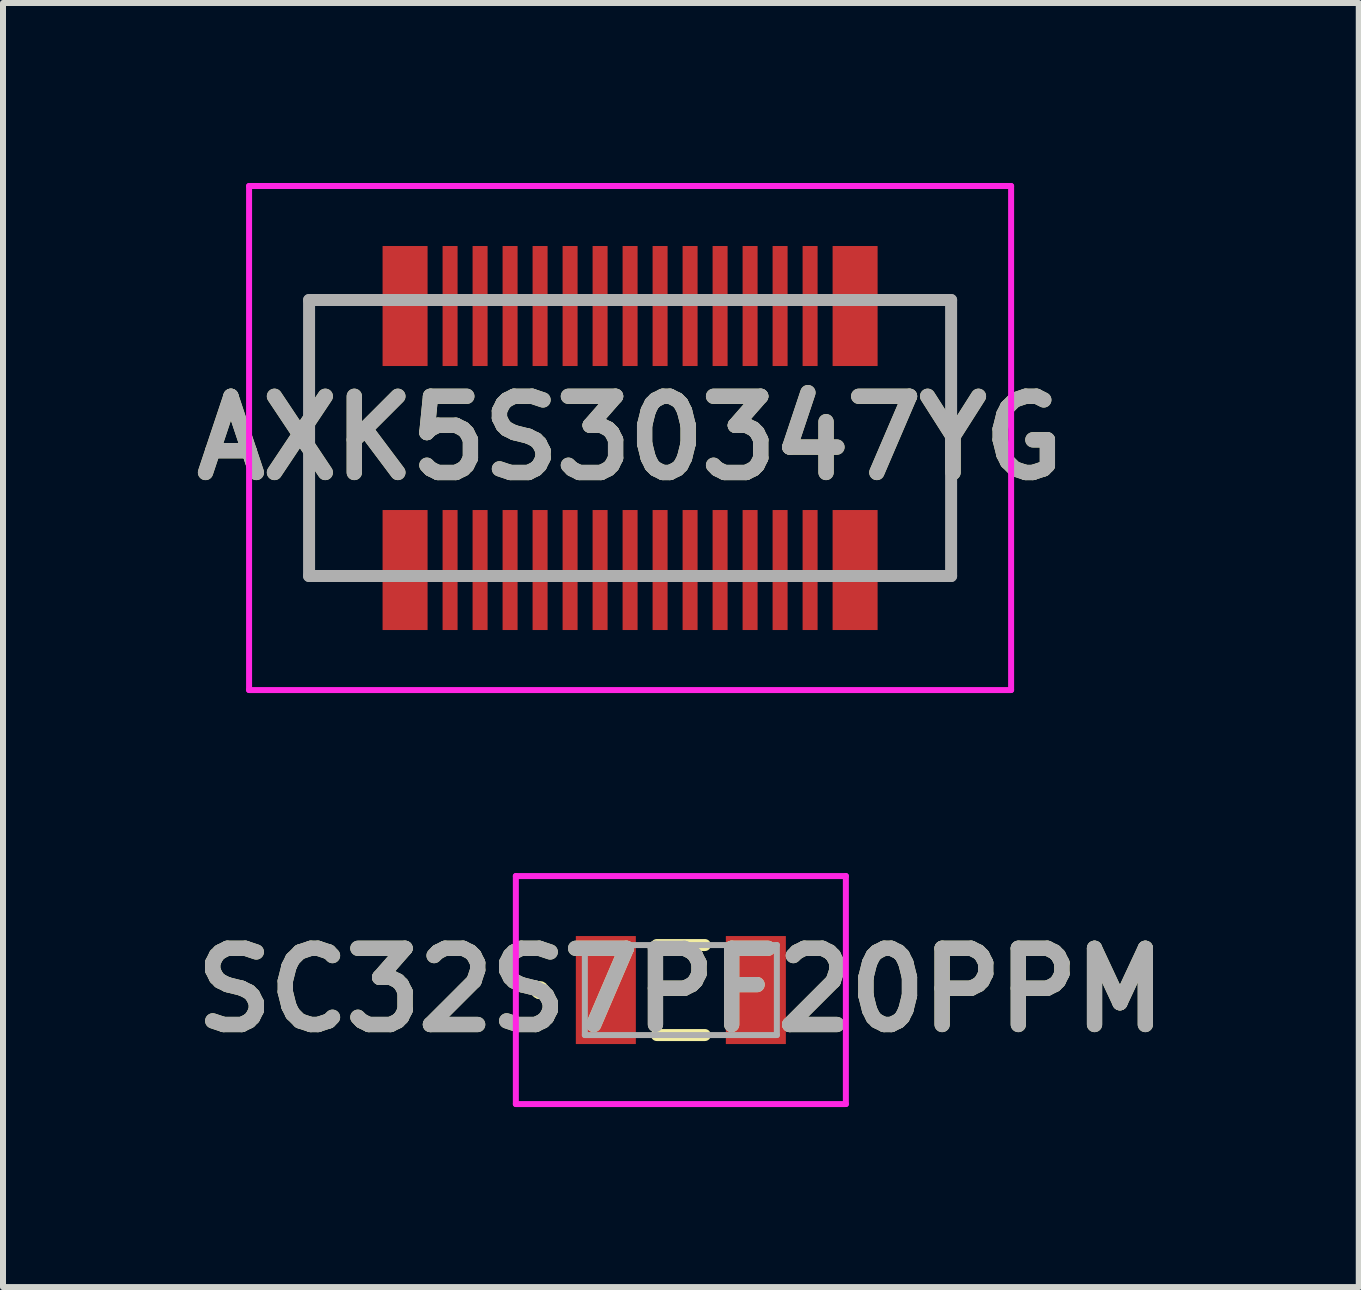
<source format=kicad_pcb>
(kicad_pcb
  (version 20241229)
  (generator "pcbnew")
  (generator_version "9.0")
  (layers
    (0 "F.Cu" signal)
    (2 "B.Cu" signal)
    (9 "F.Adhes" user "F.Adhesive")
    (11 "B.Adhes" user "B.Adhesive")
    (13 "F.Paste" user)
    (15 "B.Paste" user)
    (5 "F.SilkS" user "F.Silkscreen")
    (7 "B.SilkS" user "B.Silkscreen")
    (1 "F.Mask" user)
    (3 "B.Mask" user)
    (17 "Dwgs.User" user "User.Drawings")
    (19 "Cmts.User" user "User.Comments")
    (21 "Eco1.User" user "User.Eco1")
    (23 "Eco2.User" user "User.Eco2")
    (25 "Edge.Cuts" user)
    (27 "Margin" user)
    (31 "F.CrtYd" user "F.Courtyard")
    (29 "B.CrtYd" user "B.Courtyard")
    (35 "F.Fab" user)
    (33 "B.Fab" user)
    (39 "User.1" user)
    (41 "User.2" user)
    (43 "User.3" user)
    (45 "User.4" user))
  (footprint "AXK5S30347YG"
    (layer "F.Cu")
    (at 7.451 4.25)
    (property "Reference" "AXK5S30347YG" (at 0 0 0) (layer "F.SilkS") (effects (font (size 1.27 1.27) (thickness 0.254))))
    (attr smd)
    (fp_line (start -5.35 -2.3) (end -5.35 2.3) (stroke (width 0.1) (type solid)) (layer "F.SilkS"))
    (fp_line (start -5.35 2.3) (end -4.75 2.3) (stroke (width 0.1) (type solid)) (layer "F.SilkS"))
    (fp_line (start -4.75 -2.3) (end -5.35 -2.3) (stroke (width 0.1) (type solid)) (layer "F.SilkS"))
    (fp_line (start 4.75 -2.3) (end 5.35 -2.3) (stroke (width 0.1) (type solid)) (layer "F.SilkS"))
    (fp_line (start 5.35 -2.3) (end 5.35 2.3) (stroke (width 0.1) (type solid)) (layer "F.SilkS"))
    (fp_line (start 5.35 2.3) (end 4.75 2.3) (stroke (width 0.1) (type solid)) (layer "F.SilkS"))
    (fp_line (start -6.35 -4.2) (end 6.35 -4.2) (stroke (width 0.1) (type solid)) (layer "F.CrtYd"))
    (fp_line (start -6.35 4.2) (end -6.35 -4.2) (stroke (width 0.1) (type solid)) (layer "F.CrtYd"))
    (fp_line (start 6.35 -4.2) (end 6.35 4.2) (stroke (width 0.1) (type solid)) (layer "F.CrtYd"))
    (fp_line (start 6.35 4.2) (end -6.35 4.2) (stroke (width 0.1) (type solid)) (layer "F.CrtYd"))
    (fp_line (start -5.35 -2.3) (end -5.35 2.3) (stroke (width 0.2) (type solid)) (layer "F.Fab"))
    (fp_line (start -5.35 2.3) (end 5.35 2.3) (stroke (width 0.2) (type solid)) (layer "F.Fab"))
    (fp_line (start 5.35 -2.3) (end -5.35 -2.3) (stroke (width 0.2) (type solid)) (layer "F.Fab"))
    (fp_line (start 5.35 2.3) (end 5.35 -2.3) (stroke (width 0.2) (type solid)) (layer "F.Fab"))
    (fp_text user "${REFERENCE}" (at 0 0 0) (layer "F.Fab") (effects (font (size 1.27 1.27) (thickness 0.254))))
    (pad "1" smd rect (at -3.75 2.2) (size 0.75 2) (layers "F.Cu" "F.Mask" "F.Paste"))
    (pad "2" smd rect (at -3.75 -2.2) (size 0.75 2) (layers "F.Cu" "F.Mask" "F.Paste"))
    (pad "3" smd rect (at -3 2.2) (size 0.25 2) (layers "F.Cu" "F.Mask" "F.Paste"))
    (pad "4" smd rect (at -3 -2.2) (size 0.25 2) (layers "F.Cu" "F.Mask" "F.Paste"))
    (pad "5" smd rect (at -2.5 2.2) (size 0.25 2) (layers "F.Cu" "F.Mask" "F.Paste"))
    (pad "6" smd rect (at -2.5 -2.2) (size 0.25 2) (layers "F.Cu" "F.Mask" "F.Paste"))
    (pad "7" smd rect (at -2 2.2) (size 0.25 2) (layers "F.Cu" "F.Mask" "F.Paste"))
    (pad "8" smd rect (at -2 -2.2) (size 0.25 2) (layers "F.Cu" "F.Mask" "F.Paste"))
    (pad "9" smd rect (at -1.5 2.2) (size 0.25 2) (layers "F.Cu" "F.Mask" "F.Paste"))
    (pad "10" smd rect (at -1.5 -2.2) (size 0.25 2) (layers "F.Cu" "F.Mask" "F.Paste"))
    (pad "11" smd rect (at -1 2.2) (size 0.25 2) (layers "F.Cu" "F.Mask" "F.Paste"))
    (pad "12" smd rect (at -1 -2.2) (size 0.25 2) (layers "F.Cu" "F.Mask" "F.Paste"))
    (pad "13" smd rect (at -0.5 2.2) (size 0.25 2) (layers "F.Cu" "F.Mask" "F.Paste"))
    (pad "14" smd rect (at -0.5 -2.2) (size 0.25 2) (layers "F.Cu" "F.Mask" "F.Paste"))
    (pad "15" smd rect (at 0 2.2) (size 0.25 2) (layers "F.Cu" "F.Mask" "F.Paste"))
    (pad "16" smd rect (at 0 -2.2) (size 0.25 2) (layers "F.Cu" "F.Mask" "F.Paste"))
    (pad "17" smd rect (at 0.5 2.2) (size 0.25 2) (layers "F.Cu" "F.Mask" "F.Paste"))
    (pad "18" smd rect (at 0.5 -2.2) (size 0.25 2) (layers "F.Cu" "F.Mask" "F.Paste"))
    (pad "19" smd rect (at 1 2.2) (size 0.25 2) (layers "F.Cu" "F.Mask" "F.Paste"))
    (pad "20" smd rect (at 1 -2.2) (size 0.25 2) (layers "F.Cu" "F.Mask" "F.Paste"))
    (pad "21" smd rect (at 1.5 2.2) (size 0.25 2) (layers "F.Cu" "F.Mask" "F.Paste"))
    (pad "22" smd rect (at 1.5 -2.2) (size 0.25 2) (layers "F.Cu" "F.Mask" "F.Paste"))
    (pad "23" smd rect (at 2 2.2) (size 0.25 2) (layers "F.Cu" "F.Mask" "F.Paste"))
    (pad "24" smd rect (at 2 -2.2) (size 0.25 2) (layers "F.Cu" "F.Mask" "F.Paste"))
    (pad "25" smd rect (at 2.5 2.2) (size 0.25 2) (layers "F.Cu" "F.Mask" "F.Paste"))
    (pad "26" smd rect (at 2.5 -2.2) (size 0.25 2) (layers "F.Cu" "F.Mask" "F.Paste"))
    (pad "27" smd rect (at 3 2.2) (size 0.25 2) (layers "F.Cu" "F.Mask" "F.Paste"))
    (pad "28" smd rect (at 3 -2.2) (size 0.25 2) (layers "F.Cu" "F.Mask" "F.Paste"))
    (pad "29" smd rect (at 3.75 2.2) (size 0.75 2) (layers "F.Cu" "F.Mask" "F.Paste"))
    (pad "30" smd rect (at 3.75 -2.2) (size 0.75 2) (layers "F.Cu" "F.Mask" "F.Paste")))
  (footprint "SC32S7PF20PPM"
    (layer "F.Cu")
    (at 8.297 13.45)
    (property "Reference" "SC32S7PF20PPM" (at 0 0 0) (layer "F.SilkS") (effects (font (size 1.27 1.27) (thickness 0.254))))
    (attr smd)
    (fp_line (start -2.4 0) (end -2.4 0) (stroke (width 0.2) (type solid)) (layer "F.SilkS"))
    (fp_line (start -2.4 0) (end -2.4 0) (stroke (width 0.2) (type solid)) (layer "F.SilkS"))
    (fp_line (start -2.3 0) (end -2.3 0) (stroke (width 0.2) (type solid)) (layer "F.SilkS"))
    (fp_line (start -0.4 -0.75) (end 0.4 -0.75) (stroke (width 0.2) (type solid)) (layer "F.SilkS"))
    (fp_line (start -0.4 0.75) (end 0.4 0.75) (stroke (width 0.2) (type solid)) (layer "F.SilkS"))
    (fp_arc (start -2.4 0) (mid -2.35 -0.05) (end -2.3 0) (stroke (width 0.2) (type solid)) (layer "F.SilkS"))
    (fp_arc (start -2.3 0) (mid -2.35 0.05) (end -2.4 0) (stroke (width 0.2) (type solid)) (layer "F.SilkS"))
    (fp_arc (start -2.3 0) (mid -2.35 0.05) (end -2.4 0) (stroke (width 0.2) (type solid)) (layer "F.SilkS"))
    (fp_line (start -2.75 -1.9) (end 2.75 -1.9) (stroke (width 0.1) (type solid)) (layer "F.CrtYd"))
    (fp_line (start -2.75 1.9) (end -2.75 -1.9) (stroke (width 0.1) (type solid)) (layer "F.CrtYd"))
    (fp_line (start 2.75 -1.9) (end 2.75 1.9) (stroke (width 0.1) (type solid)) (layer "F.CrtYd"))
    (fp_line (start 2.75 1.9) (end -2.75 1.9) (stroke (width 0.1) (type solid)) (layer "F.CrtYd"))
    (fp_line (start -1.6 -0.75) (end 1.6 -0.75) (stroke (width 0.1) (type solid)) (layer "F.Fab"))
    (fp_line (start -1.6 0.75) (end -1.6 -0.75) (stroke (width 0.1) (type solid)) (layer "F.Fab"))
    (fp_line (start 1.6 -0.75) (end 1.6 0.75) (stroke (width 0.1) (type solid)) (layer "F.Fab"))
    (fp_line (start 1.6 0.75) (end -1.6 0.75) (stroke (width 0.1) (type solid)) (layer "F.Fab"))
    (fp_text user "${REFERENCE}" (at 0 0 0) (layer "F.Fab") (effects (font (size 1.27 1.27) (thickness 0.254))))
    (pad "1" smd rect (at -1.25 0) (size 1 1.8) (layers "F.Cu" "F.Mask" "F.Paste"))
    (pad "2" smd rect (at 1.25 0) (size 1 1.8) (layers "F.Cu" "F.Mask" "F.Paste")))
  (gr_rect
    (start -3 -3)
    (end 19.595 18.4)
    (stroke (width 0.1) (type default))
    (fill no)
    (layer "Edge.Cuts")))
</source>
